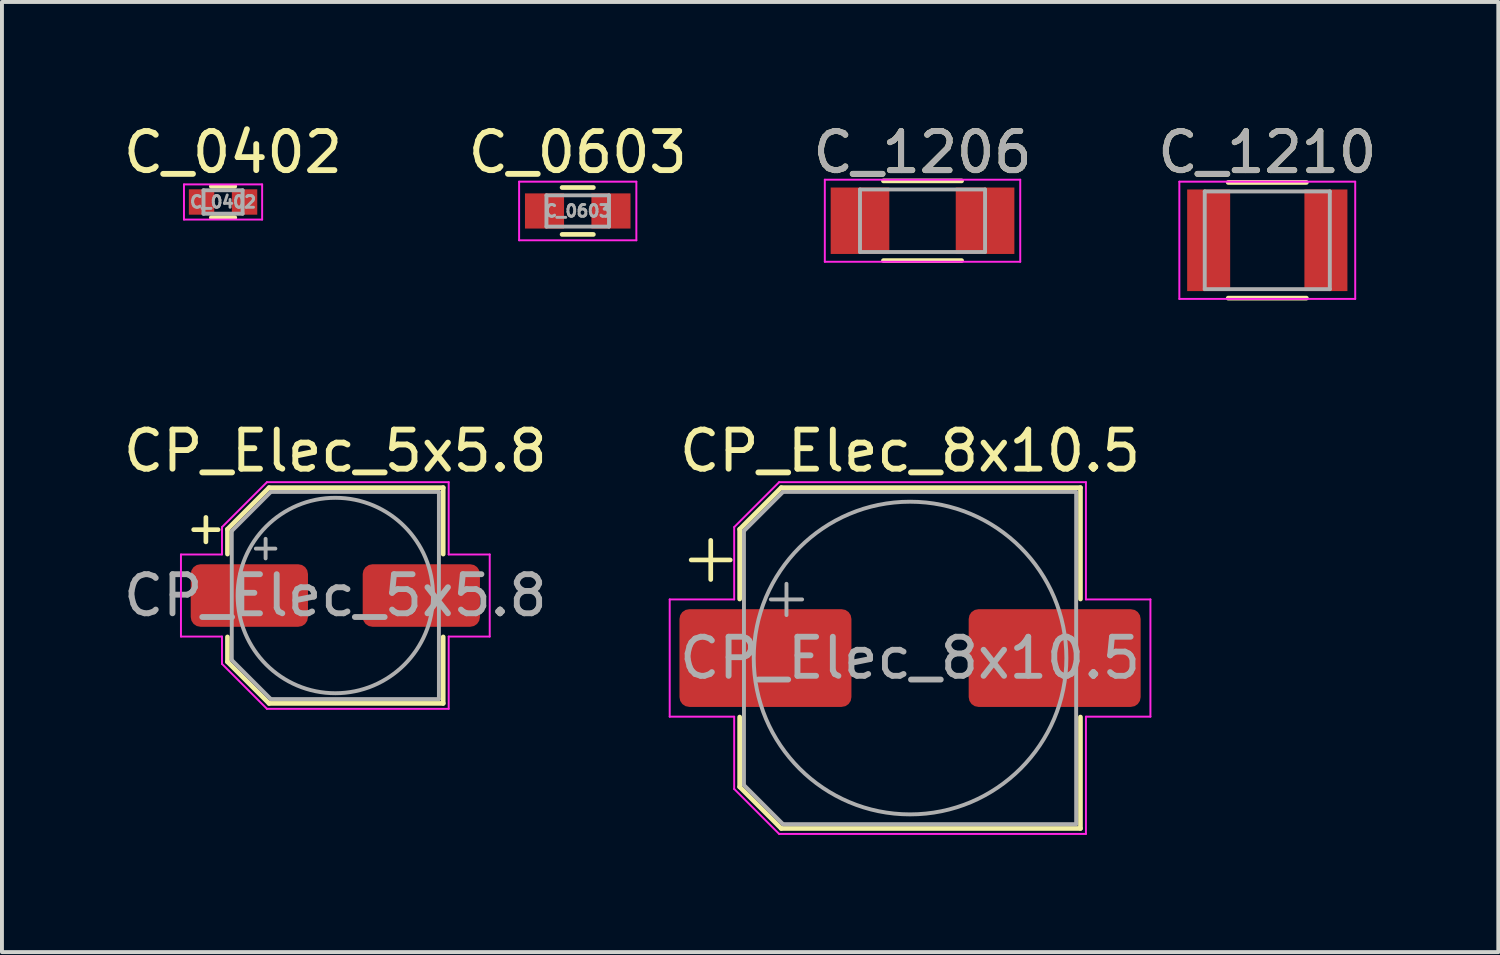
<source format=kicad_pcb>
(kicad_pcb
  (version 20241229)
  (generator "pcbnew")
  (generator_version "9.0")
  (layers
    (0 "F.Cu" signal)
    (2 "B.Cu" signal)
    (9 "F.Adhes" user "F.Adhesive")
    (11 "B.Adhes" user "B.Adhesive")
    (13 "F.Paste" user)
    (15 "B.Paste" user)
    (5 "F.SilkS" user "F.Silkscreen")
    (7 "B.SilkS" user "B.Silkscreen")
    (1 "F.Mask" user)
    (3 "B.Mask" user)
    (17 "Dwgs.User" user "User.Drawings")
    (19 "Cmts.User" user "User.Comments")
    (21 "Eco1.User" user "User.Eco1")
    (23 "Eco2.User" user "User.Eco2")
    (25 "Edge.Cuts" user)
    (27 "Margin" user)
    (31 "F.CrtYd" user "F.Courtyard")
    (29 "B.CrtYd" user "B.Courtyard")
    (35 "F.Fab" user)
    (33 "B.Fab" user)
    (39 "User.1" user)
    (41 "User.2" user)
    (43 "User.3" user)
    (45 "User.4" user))
  (footprint "CP_Elec_5x5.8"
    (layer "F.Cu")
    (at 5.53 12.187)
    (property "Reference" "CP_Elec_5x5.8" (at 0 -3.7 0) (layer "F.SilkS") (effects (font (size 1 1) (thickness 0.15))))
    (attr smd)
    (fp_line (start -3.625 -1.685) (end -3 -1.685) (stroke (width 0.12) (type solid)) (layer "F.SilkS"))
    (fp_line (start -3.312 -1.998) (end -3.312 -1.373) (stroke (width 0.12) (type solid)) (layer "F.SilkS"))
    (fp_line (start -2.76 -1.696) (end -2.76 -1.06) (stroke (width 0.12) (type solid)) (layer "F.SilkS"))
    (fp_line (start -2.76 -1.696) (end -1.696 -2.76) (stroke (width 0.12) (type solid)) (layer "F.SilkS"))
    (fp_line (start -2.76 1.696) (end -2.76 1.06) (stroke (width 0.12) (type solid)) (layer "F.SilkS"))
    (fp_line (start -2.76 1.696) (end -1.696 2.76) (stroke (width 0.12) (type solid)) (layer "F.SilkS"))
    (fp_line (start -1.696 -2.76) (end 2.76 -2.76) (stroke (width 0.12) (type solid)) (layer "F.SilkS"))
    (fp_line (start -1.696 2.76) (end 2.76 2.76) (stroke (width 0.12) (type solid)) (layer "F.SilkS"))
    (fp_line (start 2.76 -2.76) (end 2.76 -1.06) (stroke (width 0.12) (type solid)) (layer "F.SilkS"))
    (fp_line (start 2.76 2.76) (end 2.76 1.06) (stroke (width 0.12) (type solid)) (layer "F.SilkS"))
    (fp_line (start -3.95 -1.05) (end -3.95 1.05) (stroke (width 0.05) (type solid)) (layer "F.CrtYd"))
    (fp_line (start -3.95 1.05) (end -2.9 1.05) (stroke (width 0.05) (type solid)) (layer "F.CrtYd"))
    (fp_line (start -2.9 -1.75) (end -2.9 -1.05) (stroke (width 0.05) (type solid)) (layer "F.CrtYd"))
    (fp_line (start -2.9 -1.75) (end -1.75 -2.9) (stroke (width 0.05) (type solid)) (layer "F.CrtYd"))
    (fp_line (start -2.9 -1.05) (end -3.95 -1.05) (stroke (width 0.05) (type solid)) (layer "F.CrtYd"))
    (fp_line (start -2.9 1.05) (end -2.9 1.75) (stroke (width 0.05) (type solid)) (layer "F.CrtYd"))
    (fp_line (start -2.9 1.75) (end -1.75 2.9) (stroke (width 0.05) (type solid)) (layer "F.CrtYd"))
    (fp_line (start -1.75 -2.9) (end 2.9 -2.9) (stroke (width 0.05) (type solid)) (layer "F.CrtYd"))
    (fp_line (start -1.75 2.9) (end 2.9 2.9) (stroke (width 0.05) (type solid)) (layer "F.CrtYd"))
    (fp_line (start 2.9 -2.9) (end 2.9 -1.05) (stroke (width 0.05) (type solid)) (layer "F.CrtYd"))
    (fp_line (start 2.9 -1.05) (end 3.95 -1.05) (stroke (width 0.05) (type solid)) (layer "F.CrtYd"))
    (fp_line (start 2.9 1.05) (end 2.9 2.9) (stroke (width 0.05) (type solid)) (layer "F.CrtYd"))
    (fp_line (start 3.95 -1.05) (end 3.95 1.05) (stroke (width 0.05) (type solid)) (layer "F.CrtYd"))
    (fp_line (start 3.95 1.05) (end 2.9 1.05) (stroke (width 0.05) (type solid)) (layer "F.CrtYd"))
    (fp_line (start -2.65 -1.65) (end -2.65 1.65) (stroke (width 0.1) (type solid)) (layer "F.Fab"))
    (fp_line (start -2.65 -1.65) (end -1.65 -2.65) (stroke (width 0.1) (type solid)) (layer "F.Fab"))
    (fp_line (start -2.65 1.65) (end -1.65 2.65) (stroke (width 0.1) (type solid)) (layer "F.Fab"))
    (fp_line (start -2.034 -1.2) (end -1.534 -1.2) (stroke (width 0.1) (type solid)) (layer "F.Fab"))
    (fp_line (start -1.784 -1.45) (end -1.784 -0.95) (stroke (width 0.1) (type solid)) (layer "F.Fab"))
    (fp_line (start -1.65 -2.65) (end 2.65 -2.65) (stroke (width 0.1) (type solid)) (layer "F.Fab"))
    (fp_line (start -1.65 2.65) (end 2.65 2.65) (stroke (width 0.1) (type solid)) (layer "F.Fab"))
    (fp_line (start 2.65 -2.65) (end 2.65 2.65) (stroke (width 0.1) (type solid)) (layer "F.Fab"))
    (fp_circle (center 0 0) (end 2.5 0) (stroke (width 0.1) (type solid)) (fill no) (layer "F.Fab"))
    (fp_text user "${REFERENCE}" (at 0 0 0) (layer "F.Fab") (effects (font (size 1 1) (thickness 0.15))))
    (pad "1" smd roundrect (at -2.2 0) (size 3 1.6) (layers "F.Cu" "F.Mask" "F.Paste") (roundrect_rratio 0.156))
    (pad "2" smd roundrect (at 2.2 0) (size 3 1.6) (layers "F.Cu" "F.Mask" "F.Paste") (roundrect_rratio 0.156)))
  (footprint "C_1206"
    (layer "F.Cu")
    (at 20.554 2.598)
    (property "Reference" "C_1206" (at 0 -1.75 0) (layer "F.SilkS") (effects (font (size 1 1) (thickness 0.15))))
    (attr smd)
    (fp_line (start -1 1.02) (end 1 1.02) (stroke (width 0.12) (type solid)) (layer "F.SilkS"))
    (fp_line (start 1 -1.02) (end -1 -1.02) (stroke (width 0.12) (type solid)) (layer "F.SilkS"))
    (fp_line (start -2.5 -1.05) (end -2.5 1.05) (stroke (width 0.05) (type solid)) (layer "F.CrtYd"))
    (fp_line (start -2.5 -1.05) (end 2.5 -1.05) (stroke (width 0.05) (type solid)) (layer "F.CrtYd"))
    (fp_line (start 2.5 1.05) (end -2.5 1.05) (stroke (width 0.05) (type solid)) (layer "F.CrtYd"))
    (fp_line (start 2.5 1.05) (end 2.5 -1.05) (stroke (width 0.05) (type solid)) (layer "F.CrtYd"))
    (fp_line (start -1.6 -0.8) (end 1.6 -0.8) (stroke (width 0.1) (type solid)) (layer "F.Fab"))
    (fp_line (start -1.6 0.8) (end -1.6 -0.8) (stroke (width 0.1) (type solid)) (layer "F.Fab"))
    (fp_line (start 1.6 -0.8) (end 1.6 0.8) (stroke (width 0.1) (type solid)) (layer "F.Fab"))
    (fp_line (start 1.6 0.8) (end -1.6 0.8) (stroke (width 0.1) (type solid)) (layer "F.Fab"))
    (fp_text user "${REFERENCE}" (at 0 -1.75 0) (layer "F.Fab") (effects (font (size 1 1) (thickness 0.15))))
    (pad "1" smd rect (at -1.6 0) (size 1.5 1.7) (layers "F.Cu" "F.Mask" "F.Paste"))
    (pad "2" smd rect (at 1.6 0) (size 1.5 1.7) (layers "F.Cu" "F.Mask" "F.Paste")))
  (footprint "C_0603"
    (layer "F.Cu")
    (at 11.732 2.348)
    (property "Reference" "C_0603" (at 0 -1.5 0) (layer "F.SilkS") (effects (font (size 1 1) (thickness 0.15))))
    (attr smd)
    (fp_line (start -0.4 -0.6) (end 0.4 -0.6) (stroke (width 0.12) (type solid)) (layer "F.SilkS"))
    (fp_line (start 0.4 0.6) (end -0.4 0.6) (stroke (width 0.12) (type solid)) (layer "F.SilkS"))
    (fp_line (start -1.5 -0.75) (end -1.5 0.75) (stroke (width 0.05) (type solid)) (layer "F.CrtYd"))
    (fp_line (start -1.5 -0.75) (end 1.5 -0.75) (stroke (width 0.05) (type solid)) (layer "F.CrtYd"))
    (fp_line (start 1.5 0.75) (end -1.5 0.75) (stroke (width 0.05) (type solid)) (layer "F.CrtYd"))
    (fp_line (start 1.5 0.75) (end 1.5 -0.75) (stroke (width 0.05) (type solid)) (layer "F.CrtYd"))
    (fp_line (start -0.8 -0.4) (end 0.8 -0.4) (stroke (width 0.1) (type solid)) (layer "F.Fab"))
    (fp_line (start -0.8 0.4) (end -0.8 -0.4) (stroke (width 0.1) (type solid)) (layer "F.Fab"))
    (fp_line (start 0.8 -0.4) (end 0.8 0.4) (stroke (width 0.1) (type solid)) (layer "F.Fab"))
    (fp_line (start 0.8 0.4) (end -0.8 0.4) (stroke (width 0.1) (type solid)) (layer "F.Fab"))
    (fp_text user "${REFERENCE}" (at 0 0 0) (layer "F.Fab") (effects (font (size 0.3 0.3) (thickness 0.075))))
    (pad "1" smd rect (at -0.85 0) (size 1 0.9) (layers "F.Cu" "F.Mask" "F.Paste"))
    (pad "2" smd rect (at 0.85 0) (size 1 0.9) (layers "F.Cu" "F.Mask" "F.Paste")))
  (footprint "CP_Elec_8x10.5"
    (layer "F.Cu")
    (at 20.235 13.787)
    (property "Reference" "CP_Elec_8x10.5" (at 0 -5.3 0) (layer "F.SilkS") (effects (font (size 1 1) (thickness 0.15))))
    (attr smd)
    (fp_line (start -5.6 -2.51) (end -4.6 -2.51) (stroke (width 0.12) (type solid)) (layer "F.SilkS"))
    (fp_line (start -5.1 -3.01) (end -5.1 -2.01) (stroke (width 0.12) (type solid)) (layer "F.SilkS"))
    (fp_line (start -4.36 -3.296) (end -4.36 -1.51) (stroke (width 0.12) (type solid)) (layer "F.SilkS"))
    (fp_line (start -4.36 -3.296) (end -3.296 -4.36) (stroke (width 0.12) (type solid)) (layer "F.SilkS"))
    (fp_line (start -4.36 3.296) (end -4.36 1.51) (stroke (width 0.12) (type solid)) (layer "F.SilkS"))
    (fp_line (start -4.36 3.296) (end -3.296 4.36) (stroke (width 0.12) (type solid)) (layer "F.SilkS"))
    (fp_line (start -3.296 -4.36) (end 4.36 -4.36) (stroke (width 0.12) (type solid)) (layer "F.SilkS"))
    (fp_line (start -3.296 4.36) (end 4.36 4.36) (stroke (width 0.12) (type solid)) (layer "F.SilkS"))
    (fp_line (start 4.36 -4.36) (end 4.36 -1.51) (stroke (width 0.12) (type solid)) (layer "F.SilkS"))
    (fp_line (start 4.36 4.36) (end 4.36 1.51) (stroke (width 0.12) (type solid)) (layer "F.SilkS"))
    (fp_line (start -6.15 -1.5) (end -6.15 1.5) (stroke (width 0.05) (type solid)) (layer "F.CrtYd"))
    (fp_line (start -6.15 1.5) (end -4.5 1.5) (stroke (width 0.05) (type solid)) (layer "F.CrtYd"))
    (fp_line (start -4.5 -3.35) (end -4.5 -1.5) (stroke (width 0.05) (type solid)) (layer "F.CrtYd"))
    (fp_line (start -4.5 -3.35) (end -3.35 -4.5) (stroke (width 0.05) (type solid)) (layer "F.CrtYd"))
    (fp_line (start -4.5 -1.5) (end -6.15 -1.5) (stroke (width 0.05) (type solid)) (layer "F.CrtYd"))
    (fp_line (start -4.5 1.5) (end -4.5 3.35) (stroke (width 0.05) (type solid)) (layer "F.CrtYd"))
    (fp_line (start -4.5 3.35) (end -3.35 4.5) (stroke (width 0.05) (type solid)) (layer "F.CrtYd"))
    (fp_line (start -3.35 -4.5) (end 4.5 -4.5) (stroke (width 0.05) (type solid)) (layer "F.CrtYd"))
    (fp_line (start -3.35 4.5) (end 4.5 4.5) (stroke (width 0.05) (type solid)) (layer "F.CrtYd"))
    (fp_line (start 4.5 -4.5) (end 4.5 -1.5) (stroke (width 0.05) (type solid)) (layer "F.CrtYd"))
    (fp_line (start 4.5 -1.5) (end 6.15 -1.5) (stroke (width 0.05) (type solid)) (layer "F.CrtYd"))
    (fp_line (start 4.5 1.5) (end 4.5 4.5) (stroke (width 0.05) (type solid)) (layer "F.CrtYd"))
    (fp_line (start 6.15 -1.5) (end 6.15 1.5) (stroke (width 0.05) (type solid)) (layer "F.CrtYd"))
    (fp_line (start 6.15 1.5) (end 4.5 1.5) (stroke (width 0.05) (type solid)) (layer "F.CrtYd"))
    (fp_line (start -4.25 -3.25) (end -4.25 3.25) (stroke (width 0.1) (type solid)) (layer "F.Fab"))
    (fp_line (start -4.25 -3.25) (end -3.25 -4.25) (stroke (width 0.1) (type solid)) (layer "F.Fab"))
    (fp_line (start -4.25 3.25) (end -3.25 4.25) (stroke (width 0.1) (type solid)) (layer "F.Fab"))
    (fp_line (start -3.562 -1.5) (end -2.762 -1.5) (stroke (width 0.1) (type solid)) (layer "F.Fab"))
    (fp_line (start -3.25 -4.25) (end 4.25 -4.25) (stroke (width 0.1) (type solid)) (layer "F.Fab"))
    (fp_line (start -3.25 4.25) (end 4.25 4.25) (stroke (width 0.1) (type solid)) (layer "F.Fab"))
    (fp_line (start -3.162 -1.9) (end -3.162 -1.1) (stroke (width 0.1) (type solid)) (layer "F.Fab"))
    (fp_line (start 4.25 -4.25) (end 4.25 4.25) (stroke (width 0.1) (type solid)) (layer "F.Fab"))
    (fp_circle (center 0 0) (end 4 0) (stroke (width 0.1) (type solid)) (fill no) (layer "F.Fab"))
    (fp_text user "${REFERENCE}" (at 0 0 0) (layer "F.Fab") (effects (font (size 1 1) (thickness 0.15))))
    (pad "1" smd roundrect (at -3.7 0) (size 4.4 2.5) (layers "F.Cu" "F.Mask" "F.Paste") (roundrect_rratio 0.1))
    (pad "2" smd roundrect (at 3.7 0) (size 4.4 2.5) (layers "F.Cu" "F.Mask" "F.Paste") (roundrect_rratio 0.1)))
  (footprint "C_0402"
    (layer "F.Cu")
    (at 2.657 2.118)
    (property "Reference" "C_0402" (at 0.254 -1.27 0) (layer "F.SilkS") (effects (font (size 1 1) (thickness 0.15))))
    (attr smd)
    (fp_line (start -0.3 -0.4) (end 0.3 -0.4) (stroke (width 0.12) (type solid)) (layer "F.SilkS"))
    (fp_line (start 0.3 0.4) (end -0.3 0.4) (stroke (width 0.12) (type solid)) (layer "F.SilkS"))
    (fp_line (start -1 -0.45) (end -1 0.45) (stroke (width 0.05) (type solid)) (layer "F.CrtYd"))
    (fp_line (start -1 -0.45) (end 1 -0.45) (stroke (width 0.05) (type solid)) (layer "F.CrtYd"))
    (fp_line (start 1 0.45) (end -1 0.45) (stroke (width 0.05) (type solid)) (layer "F.CrtYd"))
    (fp_line (start 1 0.45) (end 1 -0.45) (stroke (width 0.05) (type solid)) (layer "F.CrtYd"))
    (fp_line (start -0.5 -0.3) (end 0.5 -0.3) (stroke (width 0.1) (type solid)) (layer "F.Fab"))
    (fp_line (start -0.5 0.3) (end -0.5 -0.3) (stroke (width 0.1) (type solid)) (layer "F.Fab"))
    (fp_line (start 0.5 -0.3) (end 0.5 0.3) (stroke (width 0.1) (type solid)) (layer "F.Fab"))
    (fp_line (start 0.5 0.3) (end -0.5 0.3) (stroke (width 0.1) (type solid)) (layer "F.Fab"))
    (fp_text user "${REFERENCE}" (at 0 0 0) (layer "F.Fab") (effects (font (size 0.3 0.3) (thickness 0.075))))
    (pad "1" smd rect (at -0.55 0) (size 0.65 0.65) (layers "F.Cu" "F.Mask" "F.Paste"))
    (pad "2" smd rect (at 0.55 0) (size 0.65 0.65) (layers "F.Cu" "F.Mask" "F.Paste")))
  (footprint "C_1210"
    (layer "F.Cu")
    (at 29.375 3.098)
    (property "Reference" "C_1210" (at 0 -2.25 0) (layer "F.SilkS") (effects (font (size 1 1) (thickness 0.15))))
    (attr smd)
    (fp_line (start -1 1.48) (end 1 1.48) (stroke (width 0.12) (type solid)) (layer "F.SilkS"))
    (fp_line (start 1 -1.48) (end -1 -1.48) (stroke (width 0.12) (type solid)) (layer "F.SilkS"))
    (fp_line (start -2.25 -1.5) (end -2.25 1.5) (stroke (width 0.05) (type solid)) (layer "F.CrtYd"))
    (fp_line (start -2.25 -1.5) (end 2.25 -1.5) (stroke (width 0.05) (type solid)) (layer "F.CrtYd"))
    (fp_line (start 2.25 1.5) (end -2.25 1.5) (stroke (width 0.05) (type solid)) (layer "F.CrtYd"))
    (fp_line (start 2.25 1.5) (end 2.25 -1.5) (stroke (width 0.05) (type solid)) (layer "F.CrtYd"))
    (fp_line (start -1.6 -1.25) (end 1.6 -1.25) (stroke (width 0.1) (type solid)) (layer "F.Fab"))
    (fp_line (start -1.6 1.25) (end -1.6 -1.25) (stroke (width 0.1) (type solid)) (layer "F.Fab"))
    (fp_line (start 1.6 -1.25) (end 1.6 1.25) (stroke (width 0.1) (type solid)) (layer "F.Fab"))
    (fp_line (start 1.6 1.25) (end -1.6 1.25) (stroke (width 0.1) (type solid)) (layer "F.Fab"))
    (fp_text user "${REFERENCE}" (at 0 -2.25 0) (layer "F.Fab") (effects (font (size 1 1) (thickness 0.15))))
    (pad "1" smd rect (at -1.5 0) (size 1.1 2.6) (layers "F.Cu" "F.Mask" "F.Paste"))
    (pad "2" smd rect (at 1.5 0) (size 1.1 2.6) (layers "F.Cu" "F.Mask" "F.Paste")))
  (gr_rect
    (start -3 -3)
    (end 35.286 21.311)
    (stroke (width 0.1) (type default))
    (fill no)
    (layer "Edge.Cuts")))
</source>
